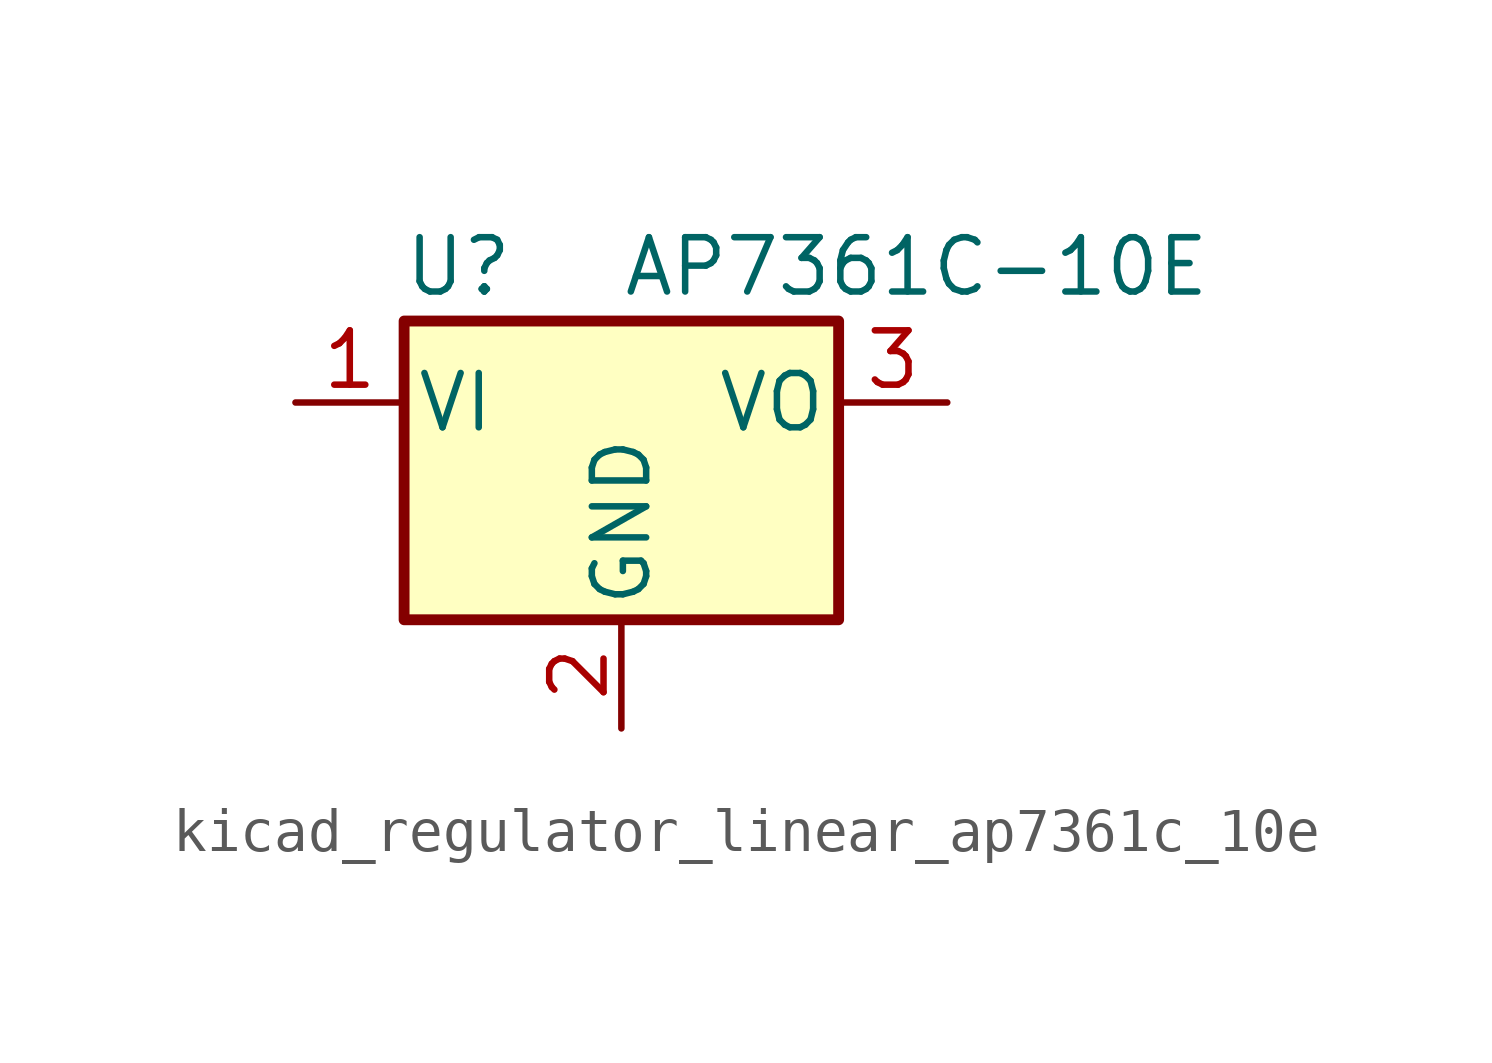
<source format=kicad_sym>
(kicad_symbol_lib
  (version 20220914)
  (generator kicad_symbol_editor)
  (symbol "kicad_regulator_linear_ap7361c_10e"
    (pin_names
      (offset 0.254))
    (property "Reference" "U"
      (at -3.81 3.175 0)
      (effects (font (size 1.27 1.27))))
    (property "Value" "AP7361C-10E"
      (at 0 3.175 0)
      (effects (font (size 1.27 1.27)) (justify left)))
    (symbol "kicad_regulator_linear_ap7361c_10e_0_1"
      (rectangle (start -5.08 -5.08) (end 5.08 1.905) (stroke (width 0.254) (type default)) (fill (type background))))
    (symbol "kicad_regulator_linear_ap7361c_10e_1_1"
      (pin power_in line (at -7.62 0 0) (length 2.54) (name "VI" (effects (font (size 1.27 1.27)))) (number "1" (effects (font (size 1.27 1.27)))))
      (pin power_in line (at 0 -7.62 90) (length 2.54) (name "GND" (effects (font (size 1.27 1.27)))) (number "2" (effects (font (size 1.27 1.27)))))
      (pin power_out line (at 7.62 0 180) (length 2.54) (name "VO" (effects (font (size 1.27 1.27)))) (number "3" (effects (font (size 1.27 1.27))))))))
</source>
